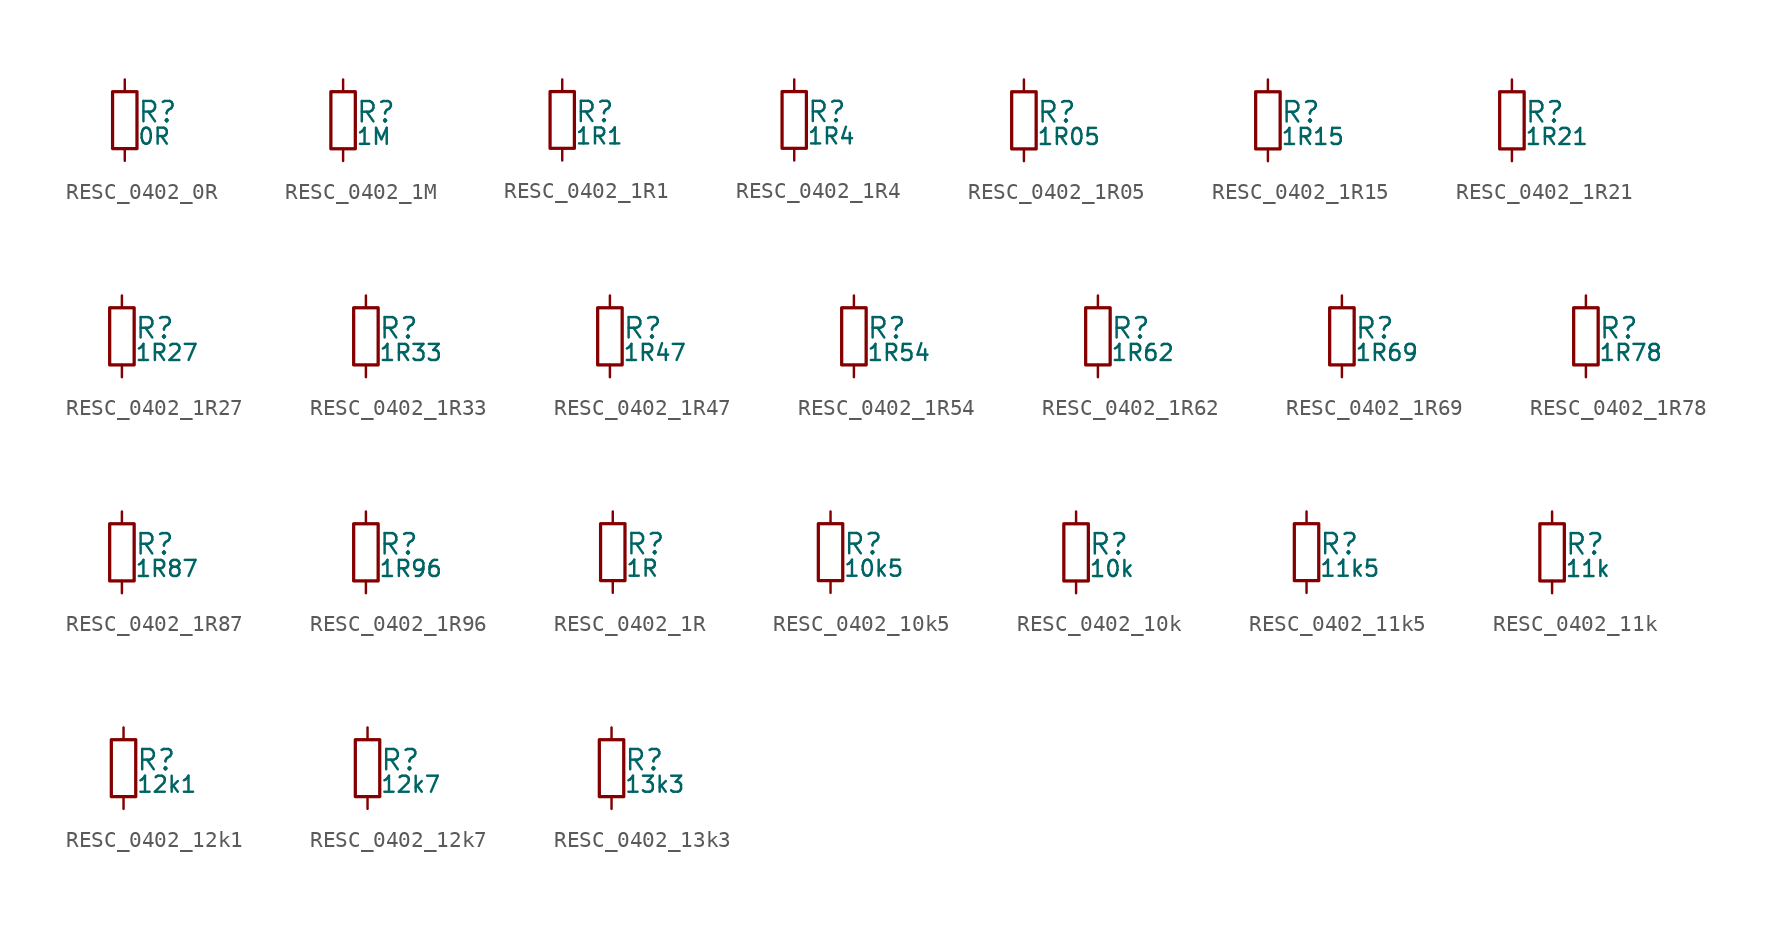
<source format=kicad_sym>
(kicad_symbol_lib
  (version 20211014)
  (generator kicad_LibGenerator)
  (symbol "RESC_0402_0R"
    (pin_numbers hide)
    (pin_names
      (offset 0.254) hide)
    (property "Reference" "R"
      (at 0.762 0.508 0)
      (effects (font (size 1.27 1.27)) (justify left)))
    (property "Value" "0R"
      (at 0.762 -1.016 0)
      (effects (font (size 1.00 1.00)) (justify left)))
    (symbol "RESC_0402_0R_0_1"
      (rectangle (start -0.762 1.778) (end 0.762 -1.778) (stroke (width 0.203) (type default) (color 0 0 0 0)) (fill (type none))))
    (symbol "RESC_0402_0R_1_1"
      (pin passive line (at 0 2.54 270) (length 0.762) (name "~" (effects (font (size 1.27 1.27)))) (number "1" (effects (font (size 1.27 1.27)))))
      (pin passive line (at 0 -2.54 90) (length 0.762) (name "~" (effects (font (size 1.27 1.27)))) (number "2" (effects (font (size 1.27 1.27)))))))
  (symbol "RESC_0402_1M"
    (pin_numbers hide)
    (pin_names
      (offset 0.254) hide)
    (property "Reference" "R"
      (at 0.762 0.508 0)
      (effects (font (size 1.27 1.27)) (justify left)))
    (property "Value" "1M"
      (at 0.762 -1.016 0)
      (effects (font (size 1.00 1.00)) (justify left)))
    (symbol "RESC_0402_1M_0_1"
      (rectangle (start -0.762 1.778) (end 0.762 -1.778) (stroke (width 0.203) (type default) (color 0 0 0 0)) (fill (type none))))
    (symbol "RESC_0402_1M_1_1"
      (pin passive line (at 0 2.54 270) (length 0.762) (name "~" (effects (font (size 1.27 1.27)))) (number "1" (effects (font (size 1.27 1.27)))))
      (pin passive line (at 0 -2.54 90) (length 0.762) (name "~" (effects (font (size 1.27 1.27)))) (number "2" (effects (font (size 1.27 1.27)))))))
  (symbol "RESC_0402_1R1"
    (pin_numbers hide)
    (pin_names
      (offset 0.254) hide)
    (property "Reference" "R"
      (at 0.762 0.508 0)
      (effects (font (size 1.27 1.27)) (justify left)))
    (property "Value" "1R1"
      (at 0.762 -1.016 0)
      (effects (font (size 1.00 1.00)) (justify left)))
    (symbol "RESC_0402_1R1_0_1"
      (rectangle (start -0.762 1.778) (end 0.762 -1.778) (stroke (width 0.203) (type default) (color 0 0 0 0)) (fill (type none))))
    (symbol "RESC_0402_1R1_1_1"
      (pin passive line (at 0 2.54 270) (length 0.762) (name "~" (effects (font (size 1.27 1.27)))) (number "1" (effects (font (size 1.27 1.27)))))
      (pin passive line (at 0 -2.54 90) (length 0.762) (name "~" (effects (font (size 1.27 1.27)))) (number "2" (effects (font (size 1.27 1.27)))))))
  (symbol "RESC_0402_1R4"
    (pin_numbers hide)
    (pin_names
      (offset 0.254) hide)
    (property "Reference" "R"
      (at 0.762 0.508 0)
      (effects (font (size 1.27 1.27)) (justify left)))
    (property "Value" "1R4"
      (at 0.762 -1.016 0)
      (effects (font (size 1.00 1.00)) (justify left)))
    (symbol "RESC_0402_1R4_0_1"
      (rectangle (start -0.762 1.778) (end 0.762 -1.778) (stroke (width 0.203) (type default) (color 0 0 0 0)) (fill (type none))))
    (symbol "RESC_0402_1R4_1_1"
      (pin passive line (at 0 2.54 270) (length 0.762) (name "~" (effects (font (size 1.27 1.27)))) (number "1" (effects (font (size 1.27 1.27)))))
      (pin passive line (at 0 -2.54 90) (length 0.762) (name "~" (effects (font (size 1.27 1.27)))) (number "2" (effects (font (size 1.27 1.27)))))))
  (symbol "RESC_0402_1R05"
    (pin_numbers hide)
    (pin_names
      (offset 0.254) hide)
    (property "Reference" "R"
      (at 0.762 0.508 0)
      (effects (font (size 1.27 1.27)) (justify left)))
    (property "Value" "1R05"
      (at 0.762 -1.016 0)
      (effects (font (size 1.00 1.00)) (justify left)))
    (symbol "RESC_0402_1R05_0_1"
      (rectangle (start -0.762 1.778) (end 0.762 -1.778) (stroke (width 0.203) (type default) (color 0 0 0 0)) (fill (type none))))
    (symbol "RESC_0402_1R05_1_1"
      (pin passive line (at 0 2.54 270) (length 0.762) (name "~" (effects (font (size 1.27 1.27)))) (number "1" (effects (font (size 1.27 1.27)))))
      (pin passive line (at 0 -2.54 90) (length 0.762) (name "~" (effects (font (size 1.27 1.27)))) (number "2" (effects (font (size 1.27 1.27)))))))
  (symbol "RESC_0402_1R15"
    (pin_numbers hide)
    (pin_names
      (offset 0.254) hide)
    (property "Reference" "R"
      (at 0.762 0.508 0)
      (effects (font (size 1.27 1.27)) (justify left)))
    (property "Value" "1R15"
      (at 0.762 -1.016 0)
      (effects (font (size 1.00 1.00)) (justify left)))
    (symbol "RESC_0402_1R15_0_1"
      (rectangle (start -0.762 1.778) (end 0.762 -1.778) (stroke (width 0.203) (type default) (color 0 0 0 0)) (fill (type none))))
    (symbol "RESC_0402_1R15_1_1"
      (pin passive line (at 0 2.54 270) (length 0.762) (name "~" (effects (font (size 1.27 1.27)))) (number "1" (effects (font (size 1.27 1.27)))))
      (pin passive line (at 0 -2.54 90) (length 0.762) (name "~" (effects (font (size 1.27 1.27)))) (number "2" (effects (font (size 1.27 1.27)))))))
  (symbol "RESC_0402_1R21"
    (pin_numbers hide)
    (pin_names
      (offset 0.254) hide)
    (property "Reference" "R"
      (at 0.762 0.508 0)
      (effects (font (size 1.27 1.27)) (justify left)))
    (property "Value" "1R21"
      (at 0.762 -1.016 0)
      (effects (font (size 1.00 1.00)) (justify left)))
    (symbol "RESC_0402_1R21_0_1"
      (rectangle (start -0.762 1.778) (end 0.762 -1.778) (stroke (width 0.203) (type default) (color 0 0 0 0)) (fill (type none))))
    (symbol "RESC_0402_1R21_1_1"
      (pin passive line (at 0 2.54 270) (length 0.762) (name "~" (effects (font (size 1.27 1.27)))) (number "1" (effects (font (size 1.27 1.27)))))
      (pin passive line (at 0 -2.54 90) (length 0.762) (name "~" (effects (font (size 1.27 1.27)))) (number "2" (effects (font (size 1.27 1.27)))))))
  (symbol "RESC_0402_1R27"
    (pin_numbers hide)
    (pin_names
      (offset 0.254) hide)
    (property "Reference" "R"
      (at 0.762 0.508 0)
      (effects (font (size 1.27 1.27)) (justify left)))
    (property "Value" "1R27"
      (at 0.762 -1.016 0)
      (effects (font (size 1.00 1.00)) (justify left)))
    (symbol "RESC_0402_1R27_0_1"
      (rectangle (start -0.762 1.778) (end 0.762 -1.778) (stroke (width 0.203) (type default) (color 0 0 0 0)) (fill (type none))))
    (symbol "RESC_0402_1R27_1_1"
      (pin passive line (at 0 2.54 270) (length 0.762) (name "~" (effects (font (size 1.27 1.27)))) (number "1" (effects (font (size 1.27 1.27)))))
      (pin passive line (at 0 -2.54 90) (length 0.762) (name "~" (effects (font (size 1.27 1.27)))) (number "2" (effects (font (size 1.27 1.27)))))))
  (symbol "RESC_0402_1R33"
    (pin_numbers hide)
    (pin_names
      (offset 0.254) hide)
    (property "Reference" "R"
      (at 0.762 0.508 0)
      (effects (font (size 1.27 1.27)) (justify left)))
    (property "Value" "1R33"
      (at 0.762 -1.016 0)
      (effects (font (size 1.00 1.00)) (justify left)))
    (symbol "RESC_0402_1R33_0_1"
      (rectangle (start -0.762 1.778) (end 0.762 -1.778) (stroke (width 0.203) (type default) (color 0 0 0 0)) (fill (type none))))
    (symbol "RESC_0402_1R33_1_1"
      (pin passive line (at 0 2.54 270) (length 0.762) (name "~" (effects (font (size 1.27 1.27)))) (number "1" (effects (font (size 1.27 1.27)))))
      (pin passive line (at 0 -2.54 90) (length 0.762) (name "~" (effects (font (size 1.27 1.27)))) (number "2" (effects (font (size 1.27 1.27)))))))
  (symbol "RESC_0402_1R47"
    (pin_numbers hide)
    (pin_names
      (offset 0.254) hide)
    (property "Reference" "R"
      (at 0.762 0.508 0)
      (effects (font (size 1.27 1.27)) (justify left)))
    (property "Value" "1R47"
      (at 0.762 -1.016 0)
      (effects (font (size 1.00 1.00)) (justify left)))
    (symbol "RESC_0402_1R47_0_1"
      (rectangle (start -0.762 1.778) (end 0.762 -1.778) (stroke (width 0.203) (type default) (color 0 0 0 0)) (fill (type none))))
    (symbol "RESC_0402_1R47_1_1"
      (pin passive line (at 0 2.54 270) (length 0.762) (name "~" (effects (font (size 1.27 1.27)))) (number "1" (effects (font (size 1.27 1.27)))))
      (pin passive line (at 0 -2.54 90) (length 0.762) (name "~" (effects (font (size 1.27 1.27)))) (number "2" (effects (font (size 1.27 1.27)))))))
  (symbol "RESC_0402_1R54"
    (pin_numbers hide)
    (pin_names
      (offset 0.254) hide)
    (property "Reference" "R"
      (at 0.762 0.508 0)
      (effects (font (size 1.27 1.27)) (justify left)))
    (property "Value" "1R54"
      (at 0.762 -1.016 0)
      (effects (font (size 1.00 1.00)) (justify left)))
    (symbol "RESC_0402_1R54_0_1"
      (rectangle (start -0.762 1.778) (end 0.762 -1.778) (stroke (width 0.203) (type default) (color 0 0 0 0)) (fill (type none))))
    (symbol "RESC_0402_1R54_1_1"
      (pin passive line (at 0 2.54 270) (length 0.762) (name "~" (effects (font (size 1.27 1.27)))) (number "1" (effects (font (size 1.27 1.27)))))
      (pin passive line (at 0 -2.54 90) (length 0.762) (name "~" (effects (font (size 1.27 1.27)))) (number "2" (effects (font (size 1.27 1.27)))))))
  (symbol "RESC_0402_1R62"
    (pin_numbers hide)
    (pin_names
      (offset 0.254) hide)
    (property "Reference" "R"
      (at 0.762 0.508 0)
      (effects (font (size 1.27 1.27)) (justify left)))
    (property "Value" "1R62"
      (at 0.762 -1.016 0)
      (effects (font (size 1.00 1.00)) (justify left)))
    (symbol "RESC_0402_1R62_0_1"
      (rectangle (start -0.762 1.778) (end 0.762 -1.778) (stroke (width 0.203) (type default) (color 0 0 0 0)) (fill (type none))))
    (symbol "RESC_0402_1R62_1_1"
      (pin passive line (at 0 2.54 270) (length 0.762) (name "~" (effects (font (size 1.27 1.27)))) (number "1" (effects (font (size 1.27 1.27)))))
      (pin passive line (at 0 -2.54 90) (length 0.762) (name "~" (effects (font (size 1.27 1.27)))) (number "2" (effects (font (size 1.27 1.27)))))))
  (symbol "RESC_0402_1R69"
    (pin_numbers hide)
    (pin_names
      (offset 0.254) hide)
    (property "Reference" "R"
      (at 0.762 0.508 0)
      (effects (font (size 1.27 1.27)) (justify left)))
    (property "Value" "1R69"
      (at 0.762 -1.016 0)
      (effects (font (size 1.00 1.00)) (justify left)))
    (symbol "RESC_0402_1R69_0_1"
      (rectangle (start -0.762 1.778) (end 0.762 -1.778) (stroke (width 0.203) (type default) (color 0 0 0 0)) (fill (type none))))
    (symbol "RESC_0402_1R69_1_1"
      (pin passive line (at 0 2.54 270) (length 0.762) (name "~" (effects (font (size 1.27 1.27)))) (number "1" (effects (font (size 1.27 1.27)))))
      (pin passive line (at 0 -2.54 90) (length 0.762) (name "~" (effects (font (size 1.27 1.27)))) (number "2" (effects (font (size 1.27 1.27)))))))
  (symbol "RESC_0402_1R78"
    (pin_numbers hide)
    (pin_names
      (offset 0.254) hide)
    (property "Reference" "R"
      (at 0.762 0.508 0)
      (effects (font (size 1.27 1.27)) (justify left)))
    (property "Value" "1R78"
      (at 0.762 -1.016 0)
      (effects (font (size 1.00 1.00)) (justify left)))
    (symbol "RESC_0402_1R78_0_1"
      (rectangle (start -0.762 1.778) (end 0.762 -1.778) (stroke (width 0.203) (type default) (color 0 0 0 0)) (fill (type none))))
    (symbol "RESC_0402_1R78_1_1"
      (pin passive line (at 0 2.54 270) (length 0.762) (name "~" (effects (font (size 1.27 1.27)))) (number "1" (effects (font (size 1.27 1.27)))))
      (pin passive line (at 0 -2.54 90) (length 0.762) (name "~" (effects (font (size 1.27 1.27)))) (number "2" (effects (font (size 1.27 1.27)))))))
  (symbol "RESC_0402_1R87"
    (pin_numbers hide)
    (pin_names
      (offset 0.254) hide)
    (property "Reference" "R"
      (at 0.762 0.508 0)
      (effects (font (size 1.27 1.27)) (justify left)))
    (property "Value" "1R87"
      (at 0.762 -1.016 0)
      (effects (font (size 1.00 1.00)) (justify left)))
    (symbol "RESC_0402_1R87_0_1"
      (rectangle (start -0.762 1.778) (end 0.762 -1.778) (stroke (width 0.203) (type default) (color 0 0 0 0)) (fill (type none))))
    (symbol "RESC_0402_1R87_1_1"
      (pin passive line (at 0 2.54 270) (length 0.762) (name "~" (effects (font (size 1.27 1.27)))) (number "1" (effects (font (size 1.27 1.27)))))
      (pin passive line (at 0 -2.54 90) (length 0.762) (name "~" (effects (font (size 1.27 1.27)))) (number "2" (effects (font (size 1.27 1.27)))))))
  (symbol "RESC_0402_1R96"
    (pin_numbers hide)
    (pin_names
      (offset 0.254) hide)
    (property "Reference" "R"
      (at 0.762 0.508 0)
      (effects (font (size 1.27 1.27)) (justify left)))
    (property "Value" "1R96"
      (at 0.762 -1.016 0)
      (effects (font (size 1.00 1.00)) (justify left)))
    (symbol "RESC_0402_1R96_0_1"
      (rectangle (start -0.762 1.778) (end 0.762 -1.778) (stroke (width 0.203) (type default) (color 0 0 0 0)) (fill (type none))))
    (symbol "RESC_0402_1R96_1_1"
      (pin passive line (at 0 2.54 270) (length 0.762) (name "~" (effects (font (size 1.27 1.27)))) (number "1" (effects (font (size 1.27 1.27)))))
      (pin passive line (at 0 -2.54 90) (length 0.762) (name "~" (effects (font (size 1.27 1.27)))) (number "2" (effects (font (size 1.27 1.27)))))))
  (symbol "RESC_0402_1R"
    (pin_numbers hide)
    (pin_names
      (offset 0.254) hide)
    (property "Reference" "R"
      (at 0.762 0.508 0)
      (effects (font (size 1.27 1.27)) (justify left)))
    (property "Value" "1R"
      (at 0.762 -1.016 0)
      (effects (font (size 1.00 1.00)) (justify left)))
    (symbol "RESC_0402_1R_0_1"
      (rectangle (start -0.762 1.778) (end 0.762 -1.778) (stroke (width 0.203) (type default) (color 0 0 0 0)) (fill (type none))))
    (symbol "RESC_0402_1R_1_1"
      (pin passive line (at 0 2.54 270) (length 0.762) (name "~" (effects (font (size 1.27 1.27)))) (number "1" (effects (font (size 1.27 1.27)))))
      (pin passive line (at 0 -2.54 90) (length 0.762) (name "~" (effects (font (size 1.27 1.27)))) (number "2" (effects (font (size 1.27 1.27)))))))
  (symbol "RESC_0402_10k5"
    (pin_numbers hide)
    (pin_names
      (offset 0.254) hide)
    (property "Reference" "R"
      (at 0.762 0.508 0)
      (effects (font (size 1.27 1.27)) (justify left)))
    (property "Value" "10k5"
      (at 0.762 -1.016 0)
      (effects (font (size 1.00 1.00)) (justify left)))
    (symbol "RESC_0402_10k5_0_1"
      (rectangle (start -0.762 1.778) (end 0.762 -1.778) (stroke (width 0.203) (type default) (color 0 0 0 0)) (fill (type none))))
    (symbol "RESC_0402_10k5_1_1"
      (pin passive line (at 0 2.54 270) (length 0.762) (name "~" (effects (font (size 1.27 1.27)))) (number "1" (effects (font (size 1.27 1.27)))))
      (pin passive line (at 0 -2.54 90) (length 0.762) (name "~" (effects (font (size 1.27 1.27)))) (number "2" (effects (font (size 1.27 1.27)))))))
  (symbol "RESC_0402_10k"
    (pin_numbers hide)
    (pin_names
      (offset 0.254) hide)
    (property "Reference" "R"
      (at 0.762 0.508 0)
      (effects (font (size 1.27 1.27)) (justify left)))
    (property "Value" "10k"
      (at 0.762 -1.016 0)
      (effects (font (size 1.00 1.00)) (justify left)))
    (symbol "RESC_0402_10k_0_1"
      (rectangle (start -0.762 1.778) (end 0.762 -1.778) (stroke (width 0.203) (type default) (color 0 0 0 0)) (fill (type none))))
    (symbol "RESC_0402_10k_1_1"
      (pin passive line (at 0 2.54 270) (length 0.762) (name "~" (effects (font (size 1.27 1.27)))) (number "1" (effects (font (size 1.27 1.27)))))
      (pin passive line (at 0 -2.54 90) (length 0.762) (name "~" (effects (font (size 1.27 1.27)))) (number "2" (effects (font (size 1.27 1.27)))))))
  (symbol "RESC_0402_11k5"
    (pin_numbers hide)
    (pin_names
      (offset 0.254) hide)
    (property "Reference" "R"
      (at 0.762 0.508 0)
      (effects (font (size 1.27 1.27)) (justify left)))
    (property "Value" "11k5"
      (at 0.762 -1.016 0)
      (effects (font (size 1.00 1.00)) (justify left)))
    (symbol "RESC_0402_11k5_0_1"
      (rectangle (start -0.762 1.778) (end 0.762 -1.778) (stroke (width 0.203) (type default) (color 0 0 0 0)) (fill (type none))))
    (symbol "RESC_0402_11k5_1_1"
      (pin passive line (at 0 2.54 270) (length 0.762) (name "~" (effects (font (size 1.27 1.27)))) (number "1" (effects (font (size 1.27 1.27)))))
      (pin passive line (at 0 -2.54 90) (length 0.762) (name "~" (effects (font (size 1.27 1.27)))) (number "2" (effects (font (size 1.27 1.27)))))))
  (symbol "RESC_0402_11k"
    (pin_numbers hide)
    (pin_names
      (offset 0.254) hide)
    (property "Reference" "R"
      (at 0.762 0.508 0)
      (effects (font (size 1.27 1.27)) (justify left)))
    (property "Value" "11k"
      (at 0.762 -1.016 0)
      (effects (font (size 1.00 1.00)) (justify left)))
    (symbol "RESC_0402_11k_0_1"
      (rectangle (start -0.762 1.778) (end 0.762 -1.778) (stroke (width 0.203) (type default) (color 0 0 0 0)) (fill (type none))))
    (symbol "RESC_0402_11k_1_1"
      (pin passive line (at 0 2.54 270) (length 0.762) (name "~" (effects (font (size 1.27 1.27)))) (number "1" (effects (font (size 1.27 1.27)))))
      (pin passive line (at 0 -2.54 90) (length 0.762) (name "~" (effects (font (size 1.27 1.27)))) (number "2" (effects (font (size 1.27 1.27)))))))
  (symbol "RESC_0402_12k1"
    (pin_numbers hide)
    (pin_names
      (offset 0.254) hide)
    (property "Reference" "R"
      (at 0.762 0.508 0)
      (effects (font (size 1.27 1.27)) (justify left)))
    (property "Value" "12k1"
      (at 0.762 -1.016 0)
      (effects (font (size 1.00 1.00)) (justify left)))
    (symbol "RESC_0402_12k1_0_1"
      (rectangle (start -0.762 1.778) (end 0.762 -1.778) (stroke (width 0.203) (type default) (color 0 0 0 0)) (fill (type none))))
    (symbol "RESC_0402_12k1_1_1"
      (pin passive line (at 0 2.54 270) (length 0.762) (name "~" (effects (font (size 1.27 1.27)))) (number "1" (effects (font (size 1.27 1.27)))))
      (pin passive line (at 0 -2.54 90) (length 0.762) (name "~" (effects (font (size 1.27 1.27)))) (number "2" (effects (font (size 1.27 1.27)))))))
  (symbol "RESC_0402_12k7"
    (pin_numbers hide)
    (pin_names
      (offset 0.254) hide)
    (property "Reference" "R"
      (at 0.762 0.508 0)
      (effects (font (size 1.27 1.27)) (justify left)))
    (property "Value" "12k7"
      (at 0.762 -1.016 0)
      (effects (font (size 1.00 1.00)) (justify left)))
    (symbol "RESC_0402_12k7_0_1"
      (rectangle (start -0.762 1.778) (end 0.762 -1.778) (stroke (width 0.203) (type default) (color 0 0 0 0)) (fill (type none))))
    (symbol "RESC_0402_12k7_1_1"
      (pin passive line (at 0 2.54 270) (length 0.762) (name "~" (effects (font (size 1.27 1.27)))) (number "1" (effects (font (size 1.27 1.27)))))
      (pin passive line (at 0 -2.54 90) (length 0.762) (name "~" (effects (font (size 1.27 1.27)))) (number "2" (effects (font (size 1.27 1.27)))))))
  (symbol "RESC_0402_13k3"
    (pin_numbers hide)
    (pin_names
      (offset 0.254) hide)
    (property "Reference" "R"
      (at 0.762 0.508 0)
      (effects (font (size 1.27 1.27)) (justify left)))
    (property "Value" "13k3"
      (at 0.762 -1.016 0)
      (effects (font (size 1.00 1.00)) (justify left)))
    (symbol "RESC_0402_13k3_0_1"
      (rectangle (start -0.762 1.778) (end 0.762 -1.778) (stroke (width 0.203) (type default) (color 0 0 0 0)) (fill (type none))))
    (symbol "RESC_0402_13k3_1_1"
      (pin passive line (at 0 2.54 270) (length 0.762) (name "~" (effects (font (size 1.27 1.27)))) (number "1" (effects (font (size 1.27 1.27)))))
      (pin passive line (at 0 -2.54 90) (length 0.762) (name "~" (effects (font (size 1.27 1.27)))) (number "2" (effects (font (size 1.27 1.27))))))))
</source>
